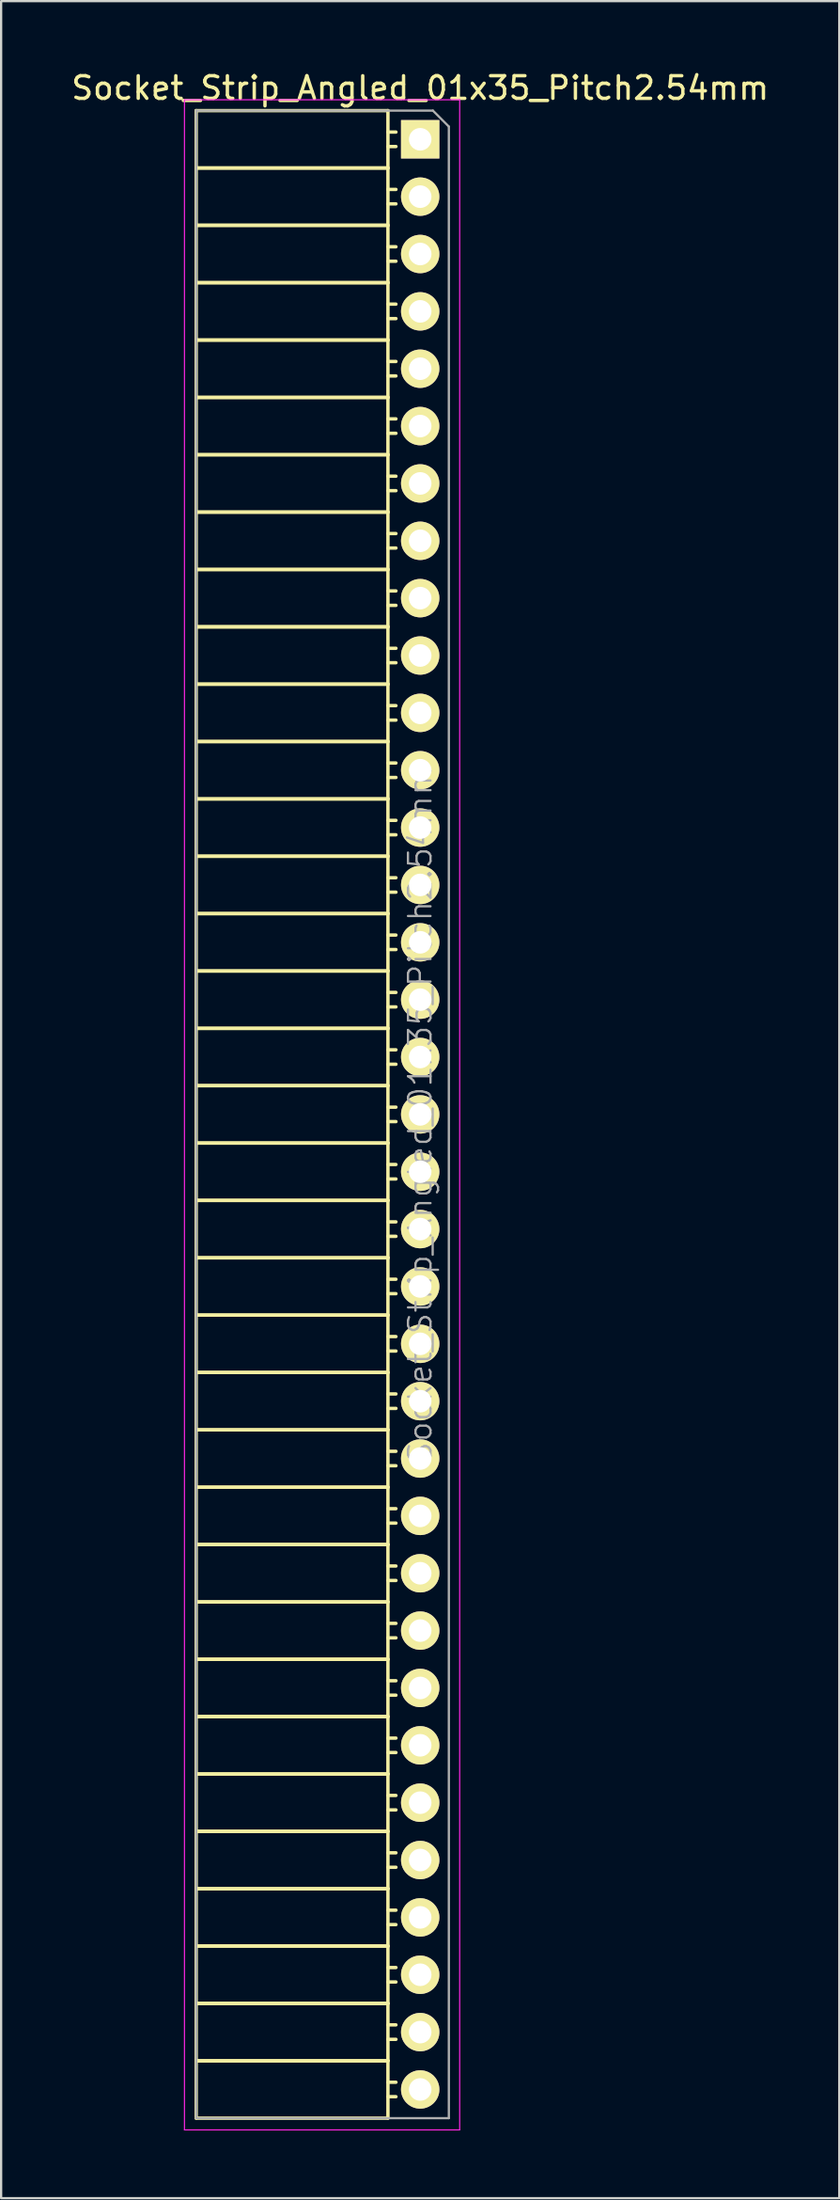
<source format=kicad_pcb>
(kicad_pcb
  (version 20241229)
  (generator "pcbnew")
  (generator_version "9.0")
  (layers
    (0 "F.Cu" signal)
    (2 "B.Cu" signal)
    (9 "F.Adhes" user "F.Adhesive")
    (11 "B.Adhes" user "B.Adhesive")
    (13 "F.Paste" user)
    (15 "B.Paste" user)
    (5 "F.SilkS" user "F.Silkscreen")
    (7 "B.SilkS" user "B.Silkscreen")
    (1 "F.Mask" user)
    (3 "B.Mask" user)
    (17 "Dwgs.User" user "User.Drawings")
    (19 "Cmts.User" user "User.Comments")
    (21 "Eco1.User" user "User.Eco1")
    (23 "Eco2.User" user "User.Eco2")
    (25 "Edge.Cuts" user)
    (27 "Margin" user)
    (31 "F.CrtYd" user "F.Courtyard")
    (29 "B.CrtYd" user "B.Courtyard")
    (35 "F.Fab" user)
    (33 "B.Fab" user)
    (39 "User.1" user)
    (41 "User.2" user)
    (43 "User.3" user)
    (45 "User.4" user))
  (footprint "Socket_Strip_Angled_01x35_Pitch2.54mm"
    (layer "F.Cu")
    (at 15.577 3.118)
    (property "Reference" "Socket_Strip_Angled_01x35_Pitch2.54mm" (at 0 -2.27 0) (layer "F.SilkS") (effects (font (size 1 1) (thickness 0.15))))
    (attr smd)
    (fp_line (start -9.93 -1.27) (end -9.93 1.27) (stroke (width 0.15) (type solid)) (layer "F.SilkS"))
    (fp_line (start -9.93 -1.27) (end -1.43 -1.27) (stroke (width 0.15) (type solid)) (layer "F.SilkS"))
    (fp_line (start -9.93 1.27) (end -9.93 3.81) (stroke (width 0.15) (type solid)) (layer "F.SilkS"))
    (fp_line (start -9.93 1.27) (end -1.43 1.27) (stroke (width 0.15) (type solid)) (layer "F.SilkS"))
    (fp_line (start -9.93 1.27) (end -1.43 1.27) (stroke (width 0.15) (type solid)) (layer "F.SilkS"))
    (fp_line (start -9.93 3.81) (end -9.93 6.35) (stroke (width 0.15) (type solid)) (layer "F.SilkS"))
    (fp_line (start -9.93 3.81) (end -1.43 3.81) (stroke (width 0.15) (type solid)) (layer "F.SilkS"))
    (fp_line (start -9.93 3.81) (end -1.43 3.81) (stroke (width 0.15) (type solid)) (layer "F.SilkS"))
    (fp_line (start -9.93 6.35) (end -9.93 8.89) (stroke (width 0.15) (type solid)) (layer "F.SilkS"))
    (fp_line (start -9.93 6.35) (end -1.43 6.35) (stroke (width 0.15) (type solid)) (layer "F.SilkS"))
    (fp_line (start -9.93 6.35) (end -1.43 6.35) (stroke (width 0.15) (type solid)) (layer "F.SilkS"))
    (fp_line (start -9.93 8.89) (end -9.93 11.43) (stroke (width 0.15) (type solid)) (layer "F.SilkS"))
    (fp_line (start -9.93 8.89) (end -1.43 8.89) (stroke (width 0.15) (type solid)) (layer "F.SilkS"))
    (fp_line (start -9.93 8.89) (end -1.43 8.89) (stroke (width 0.15) (type solid)) (layer "F.SilkS"))
    (fp_line (start -9.93 11.43) (end -9.93 13.97) (stroke (width 0.15) (type solid)) (layer "F.SilkS"))
    (fp_line (start -9.93 11.43) (end -1.43 11.43) (stroke (width 0.15) (type solid)) (layer "F.SilkS"))
    (fp_line (start -9.93 11.43) (end -1.43 11.43) (stroke (width 0.15) (type solid)) (layer "F.SilkS"))
    (fp_line (start -9.93 13.97) (end -9.93 16.51) (stroke (width 0.15) (type solid)) (layer "F.SilkS"))
    (fp_line (start -9.93 13.97) (end -1.43 13.97) (stroke (width 0.15) (type solid)) (layer "F.SilkS"))
    (fp_line (start -9.93 13.97) (end -1.43 13.97) (stroke (width 0.15) (type solid)) (layer "F.SilkS"))
    (fp_line (start -9.93 16.51) (end -9.93 19.05) (stroke (width 0.15) (type solid)) (layer "F.SilkS"))
    (fp_line (start -9.93 16.51) (end -1.43 16.51) (stroke (width 0.15) (type solid)) (layer "F.SilkS"))
    (fp_line (start -9.93 16.51) (end -1.43 16.51) (stroke (width 0.15) (type solid)) (layer "F.SilkS"))
    (fp_line (start -9.93 19.05) (end -9.93 21.59) (stroke (width 0.15) (type solid)) (layer "F.SilkS"))
    (fp_line (start -9.93 19.05) (end -1.43 19.05) (stroke (width 0.15) (type solid)) (layer "F.SilkS"))
    (fp_line (start -9.93 19.05) (end -1.43 19.05) (stroke (width 0.15) (type solid)) (layer "F.SilkS"))
    (fp_line (start -9.93 21.59) (end -9.93 24.13) (stroke (width 0.15) (type solid)) (layer "F.SilkS"))
    (fp_line (start -9.93 21.59) (end -1.43 21.59) (stroke (width 0.15) (type solid)) (layer "F.SilkS"))
    (fp_line (start -9.93 21.59) (end -1.43 21.59) (stroke (width 0.15) (type solid)) (layer "F.SilkS"))
    (fp_line (start -9.93 24.13) (end -9.93 26.67) (stroke (width 0.15) (type solid)) (layer "F.SilkS"))
    (fp_line (start -9.93 24.13) (end -1.43 24.13) (stroke (width 0.15) (type solid)) (layer "F.SilkS"))
    (fp_line (start -9.93 24.13) (end -1.43 24.13) (stroke (width 0.15) (type solid)) (layer "F.SilkS"))
    (fp_line (start -9.93 26.67) (end -9.93 29.21) (stroke (width 0.15) (type solid)) (layer "F.SilkS"))
    (fp_line (start -9.93 26.67) (end -1.43 26.67) (stroke (width 0.15) (type solid)) (layer "F.SilkS"))
    (fp_line (start -9.93 26.67) (end -1.43 26.67) (stroke (width 0.15) (type solid)) (layer "F.SilkS"))
    (fp_line (start -9.93 29.21) (end -9.93 31.75) (stroke (width 0.15) (type solid)) (layer "F.SilkS"))
    (fp_line (start -9.93 29.21) (end -1.43 29.21) (stroke (width 0.15) (type solid)) (layer "F.SilkS"))
    (fp_line (start -9.93 29.21) (end -1.43 29.21) (stroke (width 0.15) (type solid)) (layer "F.SilkS"))
    (fp_line (start -9.93 31.75) (end -9.93 34.29) (stroke (width 0.15) (type solid)) (layer "F.SilkS"))
    (fp_line (start -9.93 31.75) (end -1.43 31.75) (stroke (width 0.15) (type solid)) (layer "F.SilkS"))
    (fp_line (start -9.93 31.75) (end -1.43 31.75) (stroke (width 0.15) (type solid)) (layer "F.SilkS"))
    (fp_line (start -9.93 34.29) (end -9.93 36.83) (stroke (width 0.15) (type solid)) (layer "F.SilkS"))
    (fp_line (start -9.93 34.29) (end -1.43 34.29) (stroke (width 0.15) (type solid)) (layer "F.SilkS"))
    (fp_line (start -9.93 34.29) (end -1.43 34.29) (stroke (width 0.15) (type solid)) (layer "F.SilkS"))
    (fp_line (start -9.93 36.83) (end -9.93 39.37) (stroke (width 0.15) (type solid)) (layer "F.SilkS"))
    (fp_line (start -9.93 36.83) (end -1.43 36.83) (stroke (width 0.15) (type solid)) (layer "F.SilkS"))
    (fp_line (start -9.93 36.83) (end -1.43 36.83) (stroke (width 0.15) (type solid)) (layer "F.SilkS"))
    (fp_line (start -9.93 39.37) (end -9.93 41.91) (stroke (width 0.15) (type solid)) (layer "F.SilkS"))
    (fp_line (start -9.93 39.37) (end -1.43 39.37) (stroke (width 0.15) (type solid)) (layer "F.SilkS"))
    (fp_line (start -9.93 39.37) (end -1.43 39.37) (stroke (width 0.15) (type solid)) (layer "F.SilkS"))
    (fp_line (start -9.93 41.91) (end -9.93 44.45) (stroke (width 0.15) (type solid)) (layer "F.SilkS"))
    (fp_line (start -9.93 41.91) (end -1.43 41.91) (stroke (width 0.15) (type solid)) (layer "F.SilkS"))
    (fp_line (start -9.93 41.91) (end -1.43 41.91) (stroke (width 0.15) (type solid)) (layer "F.SilkS"))
    (fp_line (start -9.93 44.45) (end -9.93 46.99) (stroke (width 0.15) (type solid)) (layer "F.SilkS"))
    (fp_line (start -9.93 44.45) (end -1.43 44.45) (stroke (width 0.15) (type solid)) (layer "F.SilkS"))
    (fp_line (start -9.93 44.45) (end -1.43 44.45) (stroke (width 0.15) (type solid)) (layer "F.SilkS"))
    (fp_line (start -9.93 46.99) (end -9.93 49.53) (stroke (width 0.15) (type solid)) (layer "F.SilkS"))
    (fp_line (start -9.93 46.99) (end -1.43 46.99) (stroke (width 0.15) (type solid)) (layer "F.SilkS"))
    (fp_line (start -9.93 46.99) (end -1.43 46.99) (stroke (width 0.15) (type solid)) (layer "F.SilkS"))
    (fp_line (start -9.93 49.53) (end -9.93 52.07) (stroke (width 0.15) (type solid)) (layer "F.SilkS"))
    (fp_line (start -9.93 49.53) (end -1.43 49.53) (stroke (width 0.15) (type solid)) (layer "F.SilkS"))
    (fp_line (start -9.93 49.53) (end -1.43 49.53) (stroke (width 0.15) (type solid)) (layer "F.SilkS"))
    (fp_line (start -9.93 52.07) (end -9.93 54.61) (stroke (width 0.15) (type solid)) (layer "F.SilkS"))
    (fp_line (start -9.93 52.07) (end -1.43 52.07) (stroke (width 0.15) (type solid)) (layer "F.SilkS"))
    (fp_line (start -9.93 52.07) (end -1.43 52.07) (stroke (width 0.15) (type solid)) (layer "F.SilkS"))
    (fp_line (start -9.93 54.61) (end -9.93 57.15) (stroke (width 0.15) (type solid)) (layer "F.SilkS"))
    (fp_line (start -9.93 54.61) (end -1.43 54.61) (stroke (width 0.15) (type solid)) (layer "F.SilkS"))
    (fp_line (start -9.93 54.61) (end -1.43 54.61) (stroke (width 0.15) (type solid)) (layer "F.SilkS"))
    (fp_line (start -9.93 57.15) (end -9.93 59.69) (stroke (width 0.15) (type solid)) (layer "F.SilkS"))
    (fp_line (start -9.93 57.15) (end -1.43 57.15) (stroke (width 0.15) (type solid)) (layer "F.SilkS"))
    (fp_line (start -9.93 57.15) (end -1.43 57.15) (stroke (width 0.15) (type solid)) (layer "F.SilkS"))
    (fp_line (start -9.93 59.69) (end -9.93 62.23) (stroke (width 0.15) (type solid)) (layer "F.SilkS"))
    (fp_line (start -9.93 59.69) (end -1.43 59.69) (stroke (width 0.15) (type solid)) (layer "F.SilkS"))
    (fp_line (start -9.93 59.69) (end -1.43 59.69) (stroke (width 0.15) (type solid)) (layer "F.SilkS"))
    (fp_line (start -9.93 62.23) (end -9.93 64.77) (stroke (width 0.15) (type solid)) (layer "F.SilkS"))
    (fp_line (start -9.93 62.23) (end -1.43 62.23) (stroke (width 0.15) (type solid)) (layer "F.SilkS"))
    (fp_line (start -9.93 62.23) (end -1.43 62.23) (stroke (width 0.15) (type solid)) (layer "F.SilkS"))
    (fp_line (start -9.93 64.77) (end -9.93 67.31) (stroke (width 0.15) (type solid)) (layer "F.SilkS"))
    (fp_line (start -9.93 64.77) (end -1.43 64.77) (stroke (width 0.15) (type solid)) (layer "F.SilkS"))
    (fp_line (start -9.93 64.77) (end -1.43 64.77) (stroke (width 0.15) (type solid)) (layer "F.SilkS"))
    (fp_line (start -9.93 67.31) (end -9.93 69.85) (stroke (width 0.15) (type solid)) (layer "F.SilkS"))
    (fp_line (start -9.93 67.31) (end -1.43 67.31) (stroke (width 0.15) (type solid)) (layer "F.SilkS"))
    (fp_line (start -9.93 67.31) (end -1.43 67.31) (stroke (width 0.15) (type solid)) (layer "F.SilkS"))
    (fp_line (start -9.93 69.85) (end -9.93 72.39) (stroke (width 0.15) (type solid)) (layer "F.SilkS"))
    (fp_line (start -9.93 69.85) (end -1.43 69.85) (stroke (width 0.15) (type solid)) (layer "F.SilkS"))
    (fp_line (start -9.93 69.85) (end -1.43 69.85) (stroke (width 0.15) (type solid)) (layer "F.SilkS"))
    (fp_line (start -9.93 72.39) (end -9.93 74.93) (stroke (width 0.15) (type solid)) (layer "F.SilkS"))
    (fp_line (start -9.93 72.39) (end -1.43 72.39) (stroke (width 0.15) (type solid)) (layer "F.SilkS"))
    (fp_line (start -9.93 72.39) (end -1.43 72.39) (stroke (width 0.15) (type solid)) (layer "F.SilkS"))
    (fp_line (start -9.93 74.93) (end -9.93 77.47) (stroke (width 0.15) (type solid)) (layer "F.SilkS"))
    (fp_line (start -9.93 74.93) (end -1.43 74.93) (stroke (width 0.15) (type solid)) (layer "F.SilkS"))
    (fp_line (start -9.93 74.93) (end -1.43 74.93) (stroke (width 0.15) (type solid)) (layer "F.SilkS"))
    (fp_line (start -9.93 77.47) (end -9.93 80.01) (stroke (width 0.15) (type solid)) (layer "F.SilkS"))
    (fp_line (start -9.93 77.47) (end -1.43 77.47) (stroke (width 0.15) (type solid)) (layer "F.SilkS"))
    (fp_line (start -9.93 77.47) (end -1.43 77.47) (stroke (width 0.15) (type solid)) (layer "F.SilkS"))
    (fp_line (start -9.93 80.01) (end -9.93 82.55) (stroke (width 0.15) (type solid)) (layer "F.SilkS"))
    (fp_line (start -9.93 80.01) (end -1.43 80.01) (stroke (width 0.15) (type solid)) (layer "F.SilkS"))
    (fp_line (start -9.93 80.01) (end -1.43 80.01) (stroke (width 0.15) (type solid)) (layer "F.SilkS"))
    (fp_line (start -9.93 82.55) (end -9.93 85.09) (stroke (width 0.15) (type solid)) (layer "F.SilkS"))
    (fp_line (start -9.93 82.55) (end -1.43 82.55) (stroke (width 0.15) (type solid)) (layer "F.SilkS"))
    (fp_line (start -9.93 82.55) (end -1.43 82.55) (stroke (width 0.15) (type solid)) (layer "F.SilkS"))
    (fp_line (start -9.93 85.09) (end -9.93 87.63) (stroke (width 0.15) (type solid)) (layer "F.SilkS"))
    (fp_line (start -9.93 85.09) (end -1.43 85.09) (stroke (width 0.15) (type solid)) (layer "F.SilkS"))
    (fp_line (start -9.93 85.09) (end -1.43 85.09) (stroke (width 0.15) (type solid)) (layer "F.SilkS"))
    (fp_line (start -9.93 87.63) (end -1.43 87.63) (stroke (width 0.15) (type solid)) (layer "F.SilkS"))
    (fp_line (start -1.43 -1.27) (end -1.43 1.27) (stroke (width 0.15) (type solid)) (layer "F.SilkS"))
    (fp_line (start -1.43 -0.32) (end -1.075 -0.32) (stroke (width 0.15) (type solid)) (layer "F.SilkS"))
    (fp_line (start -1.43 0.32) (end -1.075 0.32) (stroke (width 0.15) (type solid)) (layer "F.SilkS"))
    (fp_line (start -1.43 1.27) (end -1.43 3.81) (stroke (width 0.15) (type solid)) (layer "F.SilkS"))
    (fp_line (start -1.43 2.22) (end -1.075 2.22) (stroke (width 0.15) (type solid)) (layer "F.SilkS"))
    (fp_line (start -1.43 2.86) (end -1.075 2.86) (stroke (width 0.15) (type solid)) (layer "F.SilkS"))
    (fp_line (start -1.43 3.81) (end -1.43 6.35) (stroke (width 0.15) (type solid)) (layer "F.SilkS"))
    (fp_line (start -1.43 4.76) (end -1.075 4.76) (stroke (width 0.15) (type solid)) (layer "F.SilkS"))
    (fp_line (start -1.43 5.4) (end -1.075 5.4) (stroke (width 0.15) (type solid)) (layer "F.SilkS"))
    (fp_line (start -1.43 6.35) (end -1.43 8.89) (stroke (width 0.15) (type solid)) (layer "F.SilkS"))
    (fp_line (start -1.43 7.3) (end -1.075 7.3) (stroke (width 0.15) (type solid)) (layer "F.SilkS"))
    (fp_line (start -1.43 7.94) (end -1.075 7.94) (stroke (width 0.15) (type solid)) (layer "F.SilkS"))
    (fp_line (start -1.43 8.89) (end -1.43 11.43) (stroke (width 0.15) (type solid)) (layer "F.SilkS"))
    (fp_line (start -1.43 9.84) (end -1.075 9.84) (stroke (width 0.15) (type solid)) (layer "F.SilkS"))
    (fp_line (start -1.43 10.48) (end -1.075 10.48) (stroke (width 0.15) (type solid)) (layer "F.SilkS"))
    (fp_line (start -1.43 11.43) (end -1.43 13.97) (stroke (width 0.15) (type solid)) (layer "F.SilkS"))
    (fp_line (start -1.43 12.38) (end -1.075 12.38) (stroke (width 0.15) (type solid)) (layer "F.SilkS"))
    (fp_line (start -1.43 13.02) (end -1.075 13.02) (stroke (width 0.15) (type solid)) (layer "F.SilkS"))
    (fp_line (start -1.43 13.97) (end -1.43 16.51) (stroke (width 0.15) (type solid)) (layer "F.SilkS"))
    (fp_line (start -1.43 14.92) (end -1.075 14.92) (stroke (width 0.15) (type solid)) (layer "F.SilkS"))
    (fp_line (start -1.43 15.56) (end -1.075 15.56) (stroke (width 0.15) (type solid)) (layer "F.SilkS"))
    (fp_line (start -1.43 16.51) (end -1.43 19.05) (stroke (width 0.15) (type solid)) (layer "F.SilkS"))
    (fp_line (start -1.43 17.46) (end -1.075 17.46) (stroke (width 0.15) (type solid)) (layer "F.SilkS"))
    (fp_line (start -1.43 18.1) (end -1.075 18.1) (stroke (width 0.15) (type solid)) (layer "F.SilkS"))
    (fp_line (start -1.43 19.05) (end -1.43 21.59) (stroke (width 0.15) (type solid)) (layer "F.SilkS"))
    (fp_line (start -1.43 20) (end -1.075 20) (stroke (width 0.15) (type solid)) (layer "F.SilkS"))
    (fp_line (start -1.43 20.64) (end -1.075 20.64) (stroke (width 0.15) (type solid)) (layer "F.SilkS"))
    (fp_line (start -1.43 21.59) (end -1.43 24.13) (stroke (width 0.15) (type solid)) (layer "F.SilkS"))
    (fp_line (start -1.43 22.54) (end -1.075 22.54) (stroke (width 0.15) (type solid)) (layer "F.SilkS"))
    (fp_line (start -1.43 23.18) (end -1.075 23.18) (stroke (width 0.15) (type solid)) (layer "F.SilkS"))
    (fp_line (start -1.43 24.13) (end -1.43 26.67) (stroke (width 0.15) (type solid)) (layer "F.SilkS"))
    (fp_line (start -1.43 25.08) (end -1.075 25.08) (stroke (width 0.15) (type solid)) (layer "F.SilkS"))
    (fp_line (start -1.43 25.72) (end -1.075 25.72) (stroke (width 0.15) (type solid)) (layer "F.SilkS"))
    (fp_line (start -1.43 26.67) (end -1.43 29.21) (stroke (width 0.15) (type solid)) (layer "F.SilkS"))
    (fp_line (start -1.43 27.62) (end -1.075 27.62) (stroke (width 0.15) (type solid)) (layer "F.SilkS"))
    (fp_line (start -1.43 28.26) (end -1.075 28.26) (stroke (width 0.15) (type solid)) (layer "F.SilkS"))
    (fp_line (start -1.43 29.21) (end -1.43 31.75) (stroke (width 0.15) (type solid)) (layer "F.SilkS"))
    (fp_line (start -1.43 30.16) (end -1.075 30.16) (stroke (width 0.15) (type solid)) (layer "F.SilkS"))
    (fp_line (start -1.43 30.8) (end -1.075 30.8) (stroke (width 0.15) (type solid)) (layer "F.SilkS"))
    (fp_line (start -1.43 31.75) (end -1.43 34.29) (stroke (width 0.15) (type solid)) (layer "F.SilkS"))
    (fp_line (start -1.43 32.7) (end -1.075 32.7) (stroke (width 0.15) (type solid)) (layer "F.SilkS"))
    (fp_line (start -1.43 33.34) (end -1.075 33.34) (stroke (width 0.15) (type solid)) (layer "F.SilkS"))
    (fp_line (start -1.43 34.29) (end -1.43 36.83) (stroke (width 0.15) (type solid)) (layer "F.SilkS"))
    (fp_line (start -1.43 35.24) (end -1.075 35.24) (stroke (width 0.15) (type solid)) (layer "F.SilkS"))
    (fp_line (start -1.43 35.88) (end -1.075 35.88) (stroke (width 0.15) (type solid)) (layer "F.SilkS"))
    (fp_line (start -1.43 36.83) (end -1.43 39.37) (stroke (width 0.15) (type solid)) (layer "F.SilkS"))
    (fp_line (start -1.43 37.78) (end -1.075 37.78) (stroke (width 0.15) (type solid)) (layer "F.SilkS"))
    (fp_line (start -1.43 38.42) (end -1.075 38.42) (stroke (width 0.15) (type solid)) (layer "F.SilkS"))
    (fp_line (start -1.43 39.37) (end -1.43 41.91) (stroke (width 0.15) (type solid)) (layer "F.SilkS"))
    (fp_line (start -1.43 40.32) (end -1.075 40.32) (stroke (width 0.15) (type solid)) (layer "F.SilkS"))
    (fp_line (start -1.43 40.96) (end -1.075 40.96) (stroke (width 0.15) (type solid)) (layer "F.SilkS"))
    (fp_line (start -1.43 41.91) (end -1.43 44.45) (stroke (width 0.15) (type solid)) (layer "F.SilkS"))
    (fp_line (start -1.43 42.86) (end -1.075 42.86) (stroke (width 0.15) (type solid)) (layer "F.SilkS"))
    (fp_line (start -1.43 43.5) (end -1.075 43.5) (stroke (width 0.15) (type solid)) (layer "F.SilkS"))
    (fp_line (start -1.43 44.45) (end -1.43 46.99) (stroke (width 0.15) (type solid)) (layer "F.SilkS"))
    (fp_line (start -1.43 45.4) (end -1.075 45.4) (stroke (width 0.15) (type solid)) (layer "F.SilkS"))
    (fp_line (start -1.43 46.04) (end -1.075 46.04) (stroke (width 0.15) (type solid)) (layer "F.SilkS"))
    (fp_line (start -1.43 46.99) (end -1.43 49.53) (stroke (width 0.15) (type solid)) (layer "F.SilkS"))
    (fp_line (start -1.43 47.94) (end -1.075 47.94) (stroke (width 0.15) (type solid)) (layer "F.SilkS"))
    (fp_line (start -1.43 48.58) (end -1.075 48.58) (stroke (width 0.15) (type solid)) (layer "F.SilkS"))
    (fp_line (start -1.43 49.53) (end -1.43 52.07) (stroke (width 0.15) (type solid)) (layer "F.SilkS"))
    (fp_line (start -1.43 50.48) (end -1.075 50.48) (stroke (width 0.15) (type solid)) (layer "F.SilkS"))
    (fp_line (start -1.43 51.12) (end -1.075 51.12) (stroke (width 0.15) (type solid)) (layer "F.SilkS"))
    (fp_line (start -1.43 52.07) (end -1.43 54.61) (stroke (width 0.15) (type solid)) (layer "F.SilkS"))
    (fp_line (start -1.43 53.02) (end -1.075 53.02) (stroke (width 0.15) (type solid)) (layer "F.SilkS"))
    (fp_line (start -1.43 53.66) (end -1.075 53.66) (stroke (width 0.15) (type solid)) (layer "F.SilkS"))
    (fp_line (start -1.43 54.61) (end -1.43 57.15) (stroke (width 0.15) (type solid)) (layer "F.SilkS"))
    (fp_line (start -1.43 55.56) (end -1.075 55.56) (stroke (width 0.15) (type solid)) (layer "F.SilkS"))
    (fp_line (start -1.43 56.2) (end -1.075 56.2) (stroke (width 0.15) (type solid)) (layer "F.SilkS"))
    (fp_line (start -1.43 57.15) (end -1.43 59.69) (stroke (width 0.15) (type solid)) (layer "F.SilkS"))
    (fp_line (start -1.43 58.1) (end -1.075 58.1) (stroke (width 0.15) (type solid)) (layer "F.SilkS"))
    (fp_line (start -1.43 58.74) (end -1.075 58.74) (stroke (width 0.15) (type solid)) (layer "F.SilkS"))
    (fp_line (start -1.43 59.69) (end -1.43 62.23) (stroke (width 0.15) (type solid)) (layer "F.SilkS"))
    (fp_line (start -1.43 60.64) (end -1.075 60.64) (stroke (width 0.15) (type solid)) (layer "F.SilkS"))
    (fp_line (start -1.43 61.28) (end -1.075 61.28) (stroke (width 0.15) (type solid)) (layer "F.SilkS"))
    (fp_line (start -1.43 62.23) (end -1.43 64.77) (stroke (width 0.15) (type solid)) (layer "F.SilkS"))
    (fp_line (start -1.43 63.18) (end -1.075 63.18) (stroke (width 0.15) (type solid)) (layer "F.SilkS"))
    (fp_line (start -1.43 63.82) (end -1.075 63.82) (stroke (width 0.15) (type solid)) (layer "F.SilkS"))
    (fp_line (start -1.43 64.77) (end -1.43 67.31) (stroke (width 0.15) (type solid)) (layer "F.SilkS"))
    (fp_line (start -1.43 65.72) (end -1.075 65.72) (stroke (width 0.15) (type solid)) (layer "F.SilkS"))
    (fp_line (start -1.43 66.36) (end -1.075 66.36) (stroke (width 0.15) (type solid)) (layer "F.SilkS"))
    (fp_line (start -1.43 67.31) (end -1.43 69.85) (stroke (width 0.15) (type solid)) (layer "F.SilkS"))
    (fp_line (start -1.43 68.26) (end -1.075 68.26) (stroke (width 0.15) (type solid)) (layer "F.SilkS"))
    (fp_line (start -1.43 68.9) (end -1.075 68.9) (stroke (width 0.15) (type solid)) (layer "F.SilkS"))
    (fp_line (start -1.43 69.85) (end -1.43 72.39) (stroke (width 0.15) (type solid)) (layer "F.SilkS"))
    (fp_line (start -1.43 70.8) (end -1.075 70.8) (stroke (width 0.15) (type solid)) (layer "F.SilkS"))
    (fp_line (start -1.43 71.44) (end -1.075 71.44) (stroke (width 0.15) (type solid)) (layer "F.SilkS"))
    (fp_line (start -1.43 72.39) (end -1.43 74.93) (stroke (width 0.15) (type solid)) (layer "F.SilkS"))
    (fp_line (start -1.43 73.34) (end -1.075 73.34) (stroke (width 0.15) (type solid)) (layer "F.SilkS"))
    (fp_line (start -1.43 73.98) (end -1.075 73.98) (stroke (width 0.15) (type solid)) (layer "F.SilkS"))
    (fp_line (start -1.43 74.93) (end -1.43 77.47) (stroke (width 0.15) (type solid)) (layer "F.SilkS"))
    (fp_line (start -1.43 75.88) (end -1.075 75.88) (stroke (width 0.15) (type solid)) (layer "F.SilkS"))
    (fp_line (start -1.43 76.52) (end -1.075 76.52) (stroke (width 0.15) (type solid)) (layer "F.SilkS"))
    (fp_line (start -1.43 77.47) (end -1.43 80.01) (stroke (width 0.15) (type solid)) (layer "F.SilkS"))
    (fp_line (start -1.43 78.42) (end -1.075 78.42) (stroke (width 0.15) (type solid)) (layer "F.SilkS"))
    (fp_line (start -1.43 79.06) (end -1.075 79.06) (stroke (width 0.15) (type solid)) (layer "F.SilkS"))
    (fp_line (start -1.43 80.01) (end -1.43 82.55) (stroke (width 0.15) (type solid)) (layer "F.SilkS"))
    (fp_line (start -1.43 80.96) (end -1.075 80.96) (stroke (width 0.15) (type solid)) (layer "F.SilkS"))
    (fp_line (start -1.43 81.6) (end -1.075 81.6) (stroke (width 0.15) (type solid)) (layer "F.SilkS"))
    (fp_line (start -1.43 82.55) (end -1.43 85.09) (stroke (width 0.15) (type solid)) (layer "F.SilkS"))
    (fp_line (start -1.43 83.5) (end -1.075 83.5) (stroke (width 0.15) (type solid)) (layer "F.SilkS"))
    (fp_line (start -1.43 84.14) (end -1.075 84.14) (stroke (width 0.15) (type solid)) (layer "F.SilkS"))
    (fp_line (start -1.43 85.09) (end -1.43 87.63) (stroke (width 0.15) (type solid)) (layer "F.SilkS"))
    (fp_line (start -1.43 86.04) (end -1.075 86.04) (stroke (width 0.15) (type solid)) (layer "F.SilkS"))
    (fp_line (start -1.43 86.68) (end -1.075 86.68) (stroke (width 0.15) (type solid)) (layer "F.SilkS"))
    (fp_line (start -10.45 -1.75) (end 1.75 -1.75) (stroke (width 0.05) (type solid)) (layer "F.CrtYd"))
    (fp_line (start -10.45 88.15) (end -10.45 -1.75) (stroke (width 0.05) (type solid)) (layer "F.CrtYd"))
    (fp_line (start -10.45 88.15) (end 1.75 88.15) (stroke (width 0.05) (type solid)) (layer "F.CrtYd"))
    (fp_line (start 1.75 88.15) (end 1.75 -1.75) (stroke (width 0.05) (type solid)) (layer "F.CrtYd"))
    (fp_line (start -9.93 -1.27) (end 0.563 -1.27) (stroke (width 0.1) (type solid)) (layer "F.Fab"))
    (fp_line (start -9.93 87.63) (end -9.93 -1.27) (stroke (width 0.1) (type solid)) (layer "F.Fab"))
    (fp_line (start -9.93 87.63) (end 1.27 87.63) (stroke (width 0.1) (type solid)) (layer "F.Fab"))
    (fp_line (start 1.27 -0.563) (end 0.563 -1.27) (stroke (width 0.1) (type solid)) (layer "F.Fab"))
    (fp_line (start 1.27 87.63) (end 1.27 -0.563) (stroke (width 0.1) (type solid)) (layer "F.Fab"))
    (fp_text user "${REFERENCE}" (at 0 43.18 90) (layer "F.Fab") (effects (font (size 1 1) (thickness 0.1))))
    (pad "1" thru_hole rect (at 0 0) (size 1.7 1.7) (drill 1) (layers "*.Cu" "*.Mask" "F.SilkS"))
    (pad "2" thru_hole oval (at 0 2.54) (size 1.7 1.7) (drill 1) (layers "*.Cu" "*.Mask" "F.SilkS"))
    (pad "3" thru_hole oval (at 0 5.08) (size 1.7 1.7) (drill 1) (layers "*.Cu" "*.Mask" "F.SilkS"))
    (pad "4" thru_hole oval (at 0 7.62) (size 1.7 1.7) (drill 1) (layers "*.Cu" "*.Mask" "F.SilkS"))
    (pad "5" thru_hole oval (at 0 10.16) (size 1.7 1.7) (drill 1) (layers "*.Cu" "*.Mask" "F.SilkS"))
    (pad "6" thru_hole oval (at 0 12.7) (size 1.7 1.7) (drill 1) (layers "*.Cu" "*.Mask" "F.SilkS"))
    (pad "7" thru_hole oval (at 0 15.24) (size 1.7 1.7) (drill 1) (layers "*.Cu" "*.Mask" "F.SilkS"))
    (pad "8" thru_hole oval (at 0 17.78) (size 1.7 1.7) (drill 1) (layers "*.Cu" "*.Mask" "F.SilkS"))
    (pad "9" thru_hole oval (at 0 20.32) (size 1.7 1.7) (drill 1) (layers "*.Cu" "*.Mask" "F.SilkS"))
    (pad "10" thru_hole oval (at 0 22.86) (size 1.7 1.7) (drill 1) (layers "*.Cu" "*.Mask" "F.SilkS"))
    (pad "11" thru_hole oval (at 0 25.4) (size 1.7 1.7) (drill 1) (layers "*.Cu" "*.Mask" "F.SilkS"))
    (pad "12" thru_hole oval (at 0 27.94) (size 1.7 1.7) (drill 1) (layers "*.Cu" "*.Mask" "F.SilkS"))
    (pad "13" thru_hole oval (at 0 30.48) (size 1.7 1.7) (drill 1) (layers "*.Cu" "*.Mask" "F.SilkS"))
    (pad "14" thru_hole oval (at 0 33.02) (size 1.7 1.7) (drill 1) (layers "*.Cu" "*.Mask" "F.SilkS"))
    (pad "15" thru_hole oval (at 0 35.56) (size 1.7 1.7) (drill 1) (layers "*.Cu" "*.Mask" "F.SilkS"))
    (pad "16" thru_hole oval (at 0 38.1) (size 1.7 1.7) (drill 1) (layers "*.Cu" "*.Mask" "F.SilkS"))
    (pad "17" thru_hole oval (at 0 40.64) (size 1.7 1.7) (drill 1) (layers "*.Cu" "*.Mask" "F.SilkS"))
    (pad "18" thru_hole oval (at 0 43.18) (size 1.7 1.7) (drill 1) (layers "*.Cu" "*.Mask" "F.SilkS"))
    (pad "19" thru_hole oval (at 0 45.72) (size 1.7 1.7) (drill 1) (layers "*.Cu" "*.Mask" "F.SilkS"))
    (pad "20" thru_hole oval (at 0 48.26) (size 1.7 1.7) (drill 1) (layers "*.Cu" "*.Mask" "F.SilkS"))
    (pad "21" thru_hole oval (at 0 50.8) (size 1.7 1.7) (drill 1) (layers "*.Cu" "*.Mask" "F.SilkS"))
    (pad "22" thru_hole oval (at 0 53.34) (size 1.7 1.7) (drill 1) (layers "*.Cu" "*.Mask" "F.SilkS"))
    (pad "23" thru_hole oval (at 0 55.88) (size 1.7 1.7) (drill 1) (layers "*.Cu" "*.Mask" "F.SilkS"))
    (pad "24" thru_hole oval (at 0 58.42) (size 1.7 1.7) (drill 1) (layers "*.Cu" "*.Mask" "F.SilkS"))
    (pad "25" thru_hole oval (at 0 60.96) (size 1.7 1.7) (drill 1) (layers "*.Cu" "*.Mask" "F.SilkS"))
    (pad "26" thru_hole oval (at 0 63.5) (size 1.7 1.7) (drill 1) (layers "*.Cu" "*.Mask" "F.SilkS"))
    (pad "27" thru_hole oval (at 0 66.04) (size 1.7 1.7) (drill 1) (layers "*.Cu" "*.Mask" "F.SilkS"))
    (pad "28" thru_hole oval (at 0 68.58) (size 1.7 1.7) (drill 1) (layers "*.Cu" "*.Mask" "F.SilkS"))
    (pad "29" thru_hole oval (at 0 71.12) (size 1.7 1.7) (drill 1) (layers "*.Cu" "*.Mask" "F.SilkS"))
    (pad "30" thru_hole oval (at 0 73.66) (size 1.7 1.7) (drill 1) (layers "*.Cu" "*.Mask" "F.SilkS"))
    (pad "31" thru_hole oval (at 0 76.2) (size 1.7 1.7) (drill 1) (layers "*.Cu" "*.Mask" "F.SilkS"))
    (pad "32" thru_hole oval (at 0 78.74) (size 1.7 1.7) (drill 1) (layers "*.Cu" "*.Mask" "F.SilkS"))
    (pad "33" thru_hole oval (at 0 81.28) (size 1.7 1.7) (drill 1) (layers "*.Cu" "*.Mask" "F.SilkS"))
    (pad "34" thru_hole oval (at 0 83.82) (size 1.7 1.7) (drill 1) (layers "*.Cu" "*.Mask" "F.SilkS"))
    (pad "35" thru_hole oval (at 0 86.36) (size 1.7 1.7) (drill 1) (layers "*.Cu" "*.Mask" "F.SilkS")))
  (gr_rect
    (start -3 -3)
    (end 34.155 94.293)
    (stroke (width 0.1) (type default))
    (fill no)
    (layer "Edge.Cuts")))
</source>
